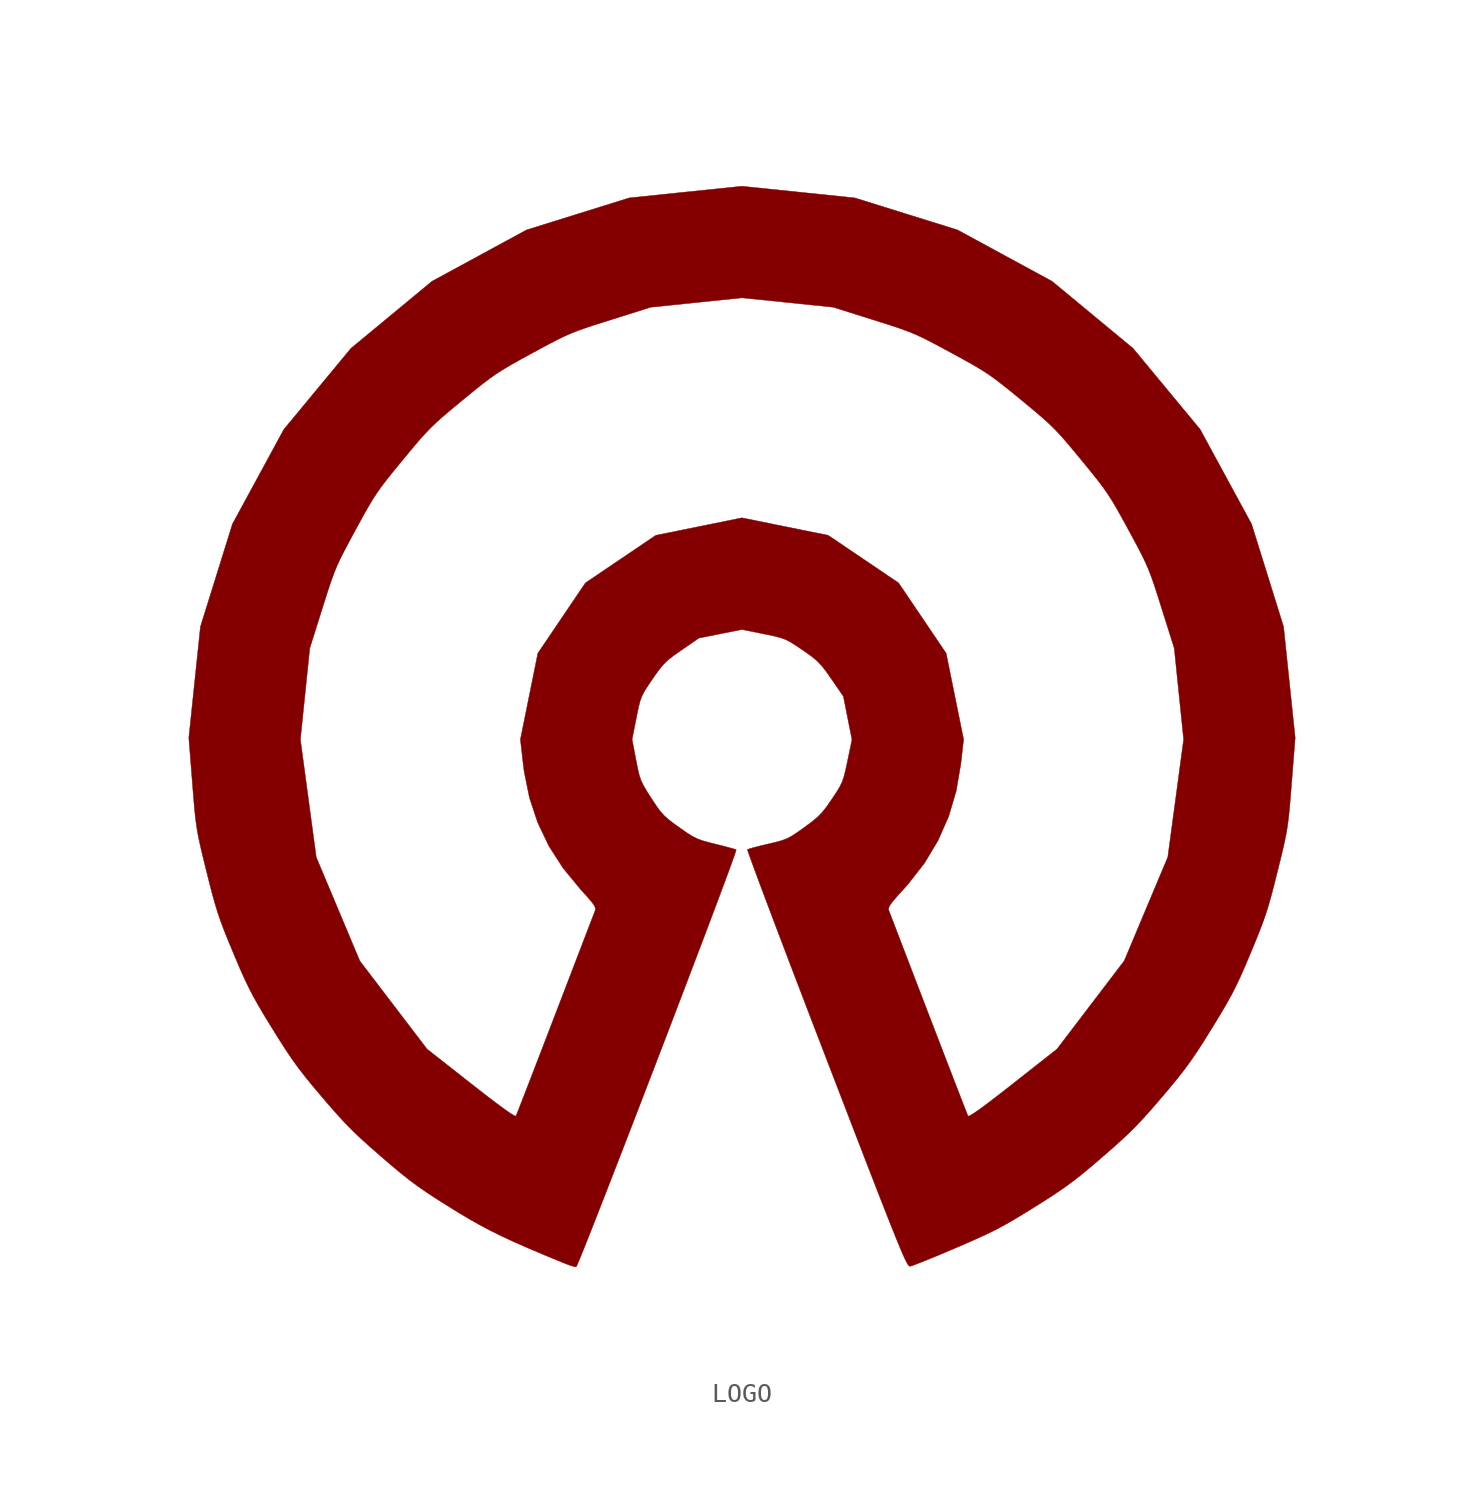
<source format=kicad_sym>
(kicad_symbol_lib
  (version 20220914)
  (generator "bitmap2component")
  (generator_version "9.0")
  (symbol "LOGO"
    (pin_names
      (offset 1.016))
    (property "Reference" "#G"
      (at 0 33.232 0)
      (effects (font (size 1.27 1.27)) hide))
    (symbol "LOGO_0_0"
      (polyline (pts (xy -8.418 -26.967) (xy -8.355 -26.831) (xy -8.239 -26.553) (xy -8.072 -26.143) (xy -7.86 -25.613) (xy -7.607 -24.973) (xy -7.317 -24.235) (xy -6.995 -23.41) (xy -6.644 -22.508) (xy -6.269 -21.542) (xy -5.874 -20.522) (xy -5.464 -19.46) (xy -5.043 -18.366) (xy -4.614 -17.252) (xy -4.183 -16.128) (xy -3.753 -15.007) (xy -3.33 -13.899) (xy -2.916 -12.815) (xy -2.517 -11.766) (xy -2.136 -10.764) (xy -1.778 -9.819) (xy -1.448 -8.943) (xy -1.149 -8.147) (xy -0.886 -7.442) (xy -0.662 -6.839) (xy -0.483 -6.35) (xy -0.353 -5.985) (xy -0.275 -5.755) (xy -0.255 -5.672) (xy -0.362 -5.635) (xy -0.599 -5.568) (xy -0.931 -5.481) (xy -1.323 -5.383) (xy -1.607 -5.312) (xy -1.964 -5.213) (xy -2.245 -5.11) (xy -2.504 -4.979) (xy -2.794 -4.795) (xy -3.167 -4.533) (xy -3.368 -4.39) (xy -3.686 -4.149) (xy -3.927 -3.937) (xy -4.131 -3.709) (xy -4.34 -3.422) (xy -4.596 -3.034) (xy -4.815 -2.69) (xy -4.991 -2.391) (xy -5.114 -2.134) (xy -5.205 -1.867) (xy -5.283 -1.537) (xy -5.371 -1.092) (xy -5.572 -0.042) (xy -5.354 1.058) (xy -5.327 1.194) (xy -5.241 1.607) (xy -5.163 1.914) (xy -5.073 2.163) (xy -4.952 2.4) (xy -4.779 2.675) (xy -4.536 3.034) (xy -4.404 3.226) (xy -4.164 3.557) (xy -3.951 3.809) (xy -3.722 4.026) (xy -3.435 4.25) (xy -3.048 4.522) (xy -2.159 5.135) (xy -1.058 5.354) (xy 0.042 5.572) (xy 1.152 5.347) (xy 1.288 5.32) (xy 1.703 5.232) (xy 2.013 5.152) (xy 2.263 5.062) (xy 2.501 4.941) (xy 2.774 4.77) (xy 3.129 4.53) (xy 3.315 4.402) (xy 3.644 4.163) (xy 3.895 3.951) (xy 4.112 3.722) (xy 4.335 3.435) (xy 4.608 3.048) (xy 5.22 2.159) (xy 5.439 1.053) (xy 5.659 -0.053) (xy 5.43 -1.148) (xy 5.426 -1.167) (xy 5.33 -1.615) (xy 5.246 -1.948) (xy 5.154 -2.213) (xy 5.036 -2.458) (xy 4.87 -2.731) (xy 4.639 -3.081) (xy 4.614 -3.117) (xy 4.356 -3.488) (xy 4.131 -3.769) (xy 3.897 -4.008) (xy 3.608 -4.248) (xy 3.221 -4.535) (xy 2.905 -4.761) (xy 2.614 -4.955) (xy 2.366 -5.091) (xy 2.11 -5.191) (xy 1.796 -5.28) (xy 1.373 -5.38) (xy 0.984 -5.473) (xy 0.655 -5.557) (xy 0.422 -5.623) (xy 0.321 -5.662) (xy 0.324 -5.683) (xy 0.374 -5.838) (xy 0.48 -6.137) (xy 0.639 -6.572) (xy 0.846 -7.133) (xy 1.099 -7.811) (xy 1.395 -8.596) (xy 1.728 -9.48) (xy 2.098 -10.454) (xy 2.498 -11.508) (xy 2.928 -12.633) (xy 3.381 -13.819) (xy 3.857 -15.059) (xy 4.35 -16.341) (xy 4.829 -17.585) (xy 5.364 -18.975) (xy 5.844 -20.221) (xy 6.273 -21.331) (xy 6.653 -22.312) (xy 6.987 -23.173) (xy 7.28 -23.921) (xy 7.533 -24.564) (xy 7.75 -25.11) (xy 7.934 -25.567) (xy 8.088 -25.942) (xy 8.216 -26.244) (xy 8.32 -26.479) (xy 8.405 -26.657) (xy 8.472 -26.784) (xy 8.524 -26.868) (xy 8.567 -26.918) (xy 8.601 -26.941) (xy 8.631 -26.945) (xy 8.635 -26.944) (xy 8.77 -26.902) (xy 9.036 -26.802) (xy 9.413 -26.652) (xy 9.877 -26.463) (xy 10.406 -26.242) (xy 10.978 -25.998) (xy 11.348 -25.839) (xy 11.976 -25.563) (xy 12.505 -25.321) (xy 12.971 -25.093) (xy 13.412 -24.859) (xy 13.867 -24.6) (xy 14.374 -24.296) (xy 14.97 -23.928) (xy 15.489 -23.601) (xy 16.036 -23.246) (xy 16.509 -22.923) (xy 16.949 -22.601) (xy 17.393 -22.252) (xy 17.883 -21.846) (xy 18.457 -21.354) (xy 18.789 -21.065) (xy 19.315 -20.598) (xy 19.763 -20.181) (xy 20.169 -19.779) (xy 20.569 -19.354) (xy 20.999 -18.872) (xy 21.495 -18.296) (xy 21.848 -17.878) (xy 22.268 -17.368) (xy 22.628 -16.908) (xy 22.956 -16.461) (xy 23.281 -15.985) (xy 23.632 -15.441) (xy 24.038 -14.789) (xy 24.113 -14.666) (xy 24.484 -14.057) (xy 24.787 -13.542) (xy 25.043 -13.079) (xy 25.273 -12.628) (xy 25.499 -12.148) (xy 25.742 -11.597) (xy 26.021 -10.936) (xy 26.188 -10.536) (xy 26.421 -9.963) (xy 26.611 -9.471) (xy 26.772 -9.018) (xy 26.916 -8.565) (xy 27.058 -8.069) (xy 27.21 -7.49) (xy 27.386 -6.787) (xy 27.54 -6.167) (xy 27.668 -5.635) (xy 27.767 -5.19) (xy 27.845 -4.794) (xy 27.907 -4.411) (xy 27.958 -4.006) (xy 28.005 -3.541) (xy 28.053 -2.979) (xy 28.108 -2.286) (xy 28.291 0.042) (xy 27.995 2.879) (xy 27.699 5.715) (xy 26.882 8.338) (xy 26.064 10.96) (xy 24.752 13.375) (xy 23.44 15.79) (xy 21.727 17.86) (xy 20.014 19.93) (xy 17.945 21.643) (xy 15.875 23.356) (xy 13.46 24.668) (xy 11.045 25.98) (xy 8.422 26.797) (xy 5.8 27.615) (xy 2.918 27.913) (xy 0.037 28.21) (xy -2.839 27.913) (xy -5.715 27.615) (xy -8.338 26.797) (xy -10.96 25.98) (xy -13.375 24.668) (xy -15.79 23.356) (xy -17.86 21.643) (xy -19.93 19.93) (xy -21.643 17.86) (xy -23.356 15.79) (xy -24.668 13.375) (xy -25.98 10.96) (xy -26.797 8.338) (xy -27.615 5.715) (xy -27.911 2.879) (xy -28.207 0.042) (xy -28.2 -0.042) (xy -22.511 -0.042) (xy -22.271 2.286) (xy -22.032 4.614) (xy -21.379 6.689) (xy -21.277 7.012) (xy -21.092 7.59) (xy -20.934 8.061) (xy -20.788 8.46) (xy -20.639 8.824) (xy -20.47 9.189) (xy -20.267 9.592) (xy -20.015 10.069) (xy -19.697 10.656) (xy -19.643 10.757) (xy -19.327 11.333) (xy -19.064 11.801) (xy -18.829 12.194) (xy -18.601 12.546) (xy -18.356 12.891) (xy -18.07 13.264) (xy -17.722 13.698) (xy -17.288 14.228) (xy -17.219 14.311) (xy -16.795 14.823) (xy -16.444 15.237) (xy -16.137 15.581) (xy -15.843 15.885) (xy -15.535 16.179) (xy -15.182 16.491) (xy -14.757 16.851) (xy -14.228 17.288) (xy -14.139 17.361) (xy -13.626 17.78) (xy -13.204 18.118) (xy -12.837 18.395) (xy -12.493 18.637) (xy -12.137 18.864) (xy -11.735 19.102) (xy -11.253 19.372) (xy -10.656 19.697) (xy -10.362 19.857) (xy -9.831 20.142) (xy -9.394 20.369) (xy -9.014 20.553) (xy -8.653 20.711) (xy -8.277 20.857) (xy -7.849 21.006) (xy -7.332 21.175) (xy -6.689 21.379) (xy -4.614 22.032) (xy -2.286 22.272) (xy 0.042 22.511) (xy 2.371 22.272) (xy 4.699 22.032) (xy 6.773 21.379) (xy 7.096 21.277) (xy 7.675 21.092) (xy 8.146 20.934) (xy 8.545 20.788) (xy 8.909 20.639) (xy 9.274 20.47) (xy 9.677 20.267) (xy 10.153 20.015) (xy 10.741 19.697) (xy 10.841 19.643) (xy 11.418 19.327) (xy 11.885 19.064) (xy 12.278 18.829) (xy 12.63 18.601) (xy 12.976 18.356) (xy 13.348 18.07) (xy 13.783 17.722) (xy 14.313 17.288) (xy 14.396 17.219) (xy 14.908 16.795) (xy 15.321 16.444) (xy 15.666 16.137) (xy 15.97 15.843) (xy 16.264 15.535) (xy 16.576 15.182) (xy 16.936 14.757) (xy 17.372 14.228) (xy 17.445 14.139) (xy 17.865 13.626) (xy 18.202 13.204) (xy 18.48 12.837) (xy 18.721 12.493) (xy 18.949 12.137) (xy 19.186 11.735) (xy 19.456 11.253) (xy 19.782 10.656) (xy 19.942 10.361) (xy 20.227 9.831) (xy 20.453 9.394) (xy 20.638 9.013) (xy 20.795 8.653) (xy 20.941 8.277) (xy 21.091 7.849) (xy 21.26 7.331) (xy 21.463 6.689) (xy 22.117 4.614) (xy 22.356 2.286) (xy 22.595 -0.042) (xy 22.191 -3.048) (xy 21.786 -6.054) (xy 20.675 -8.697) (xy 19.565 -11.341) (xy 17.847 -13.597) (xy 16.129 -15.852) (xy 13.887 -17.617) (xy 13.266 -18.103) (xy 12.681 -18.552) (xy 12.219 -18.895) (xy 11.882 -19.131) (xy 11.671 -19.26) (xy 11.588 -19.28) (xy 11.568 -19.234) (xy 11.488 -19.033) (xy 11.348 -18.676) (xy 11.15 -18.166) (xy 10.894 -17.505) (xy 10.581 -16.692) (xy 10.21 -15.731) (xy 9.784 -14.624) (xy 9.303 -13.371) (xy 8.767 -11.975) (xy 8.177 -10.436) (xy 7.534 -8.758) (xy 7.528 -8.739) (xy 7.531 -8.644) (xy 7.593 -8.513) (xy 7.729 -8.326) (xy 7.954 -8.062) (xy 8.284 -7.698) (xy 8.518 -7.438) (xy 9.367 -6.347) (xy 10.058 -5.194) (xy 10.595 -3.974) (xy 10.979 -2.682) (xy 11.214 -1.312) (xy 11.359 -0.042) (xy 10.913 2.159) (xy 10.467 4.36) (xy 9.252 6.157) (xy 8.037 7.953) (xy 6.241 9.168) (xy 4.445 10.383) (xy 2.242 10.829) (xy 0.038 11.276) (xy -2.161 10.829) (xy -4.36 10.383) (xy -6.157 9.168) (xy -7.953 7.953) (xy -9.168 6.157) (xy -10.383 4.36) (xy -10.829 2.159) (xy -11.274 -0.042) (xy -11.13 -1.312) (xy -11.084 -1.673) (xy -10.811 -3.021) (xy -10.39 -4.291) (xy -9.816 -5.49) (xy -9.087 -6.623) (xy -8.2 -7.699) (xy -8.113 -7.794) (xy -7.808 -8.132) (xy -7.605 -8.376) (xy -7.488 -8.547) (xy -7.441 -8.668) (xy -7.45 -8.758) (xy -7.457 -8.776) (xy -7.516 -8.931) (xy -7.629 -9.226) (xy -7.791 -9.647) (xy -7.996 -10.181) (xy -8.238 -10.813) (xy -8.514 -11.53) (xy -8.816 -12.319) (xy -9.141 -13.165) (xy -9.482 -14.055) (xy -9.597 -14.353) (xy -9.932 -15.227) (xy -10.249 -16.05) (xy -10.542 -16.81) (xy -10.806 -17.493) (xy -11.035 -18.085) (xy -11.225 -18.573) (xy -11.369 -18.944) (xy -11.464 -19.183) (xy -11.503 -19.278) (xy -11.503 -19.279) (xy -11.588 -19.254) (xy -11.799 -19.125) (xy -12.129 -18.893) (xy -12.576 -18.561) (xy -13.135 -18.135) (xy -13.801 -17.615) (xy -16.044 -15.851) (xy -17.76 -13.602) (xy -19.475 -11.353) (xy -20.588 -8.703) (xy -21.701 -6.054) (xy -22.106 -3.048) (xy -22.511 -0.042) (xy -28.2 -0.042) (xy -28.024 -2.286) (xy -27.971 -2.951) (xy -27.923 -3.518) (xy -27.876 -3.986) (xy -27.825 -4.394) (xy -27.764 -4.777) (xy -27.687 -5.171) (xy -27.588 -5.614) (xy -27.461 -6.141) (xy -27.301 -6.789) (xy -27.192 -7.226) (xy -27.032 -7.851) (xy -26.887 -8.376) (xy -26.746 -8.842) (xy -26.593 -9.29) (xy -26.417 -9.762) (xy -26.203 -10.297) (xy -25.937 -10.938) (xy -25.877 -11.081) (xy -25.608 -11.715) (xy -25.371 -12.246) (xy -25.147 -12.716) (xy -24.914 -13.164) (xy -24.652 -13.632) (xy -24.339 -14.16) (xy -23.954 -14.789) (xy -23.662 -15.259) (xy -23.297 -15.832) (xy -22.966 -16.325) (xy -22.641 -16.779) (xy -22.292 -17.232) (xy -21.892 -17.724) (xy -21.41 -18.296) (xy -21.13 -18.624) (xy -20.674 -19.144) (xy -20.265 -19.591) (xy -19.866 -19.999) (xy -19.441 -20.405) (xy -18.955 -20.845) (xy -18.373 -21.354) (xy -17.905 -21.755) (xy -17.402 -22.176) (xy -16.951 -22.535) (xy -16.514 -22.86) (xy -16.05 -23.181) (xy -15.521 -23.526) (xy -14.887 -23.926) (xy -14.447 -24.198) (xy -13.888 -24.531) (xy -13.349 -24.835) (xy -12.804 -25.124) (xy -12.228 -25.409) (xy -11.595 -25.702) (xy -10.88 -26.017) (xy -10.058 -26.366) (xy -9.102 -26.761) (xy -9.053 -26.781) (xy -8.764 -26.89) (xy -8.54 -26.96) (xy -8.427 -26.979) (xy -8.418 -26.967)) (stroke (width 0.01) (type default)) (fill (type outline))))))
</source>
